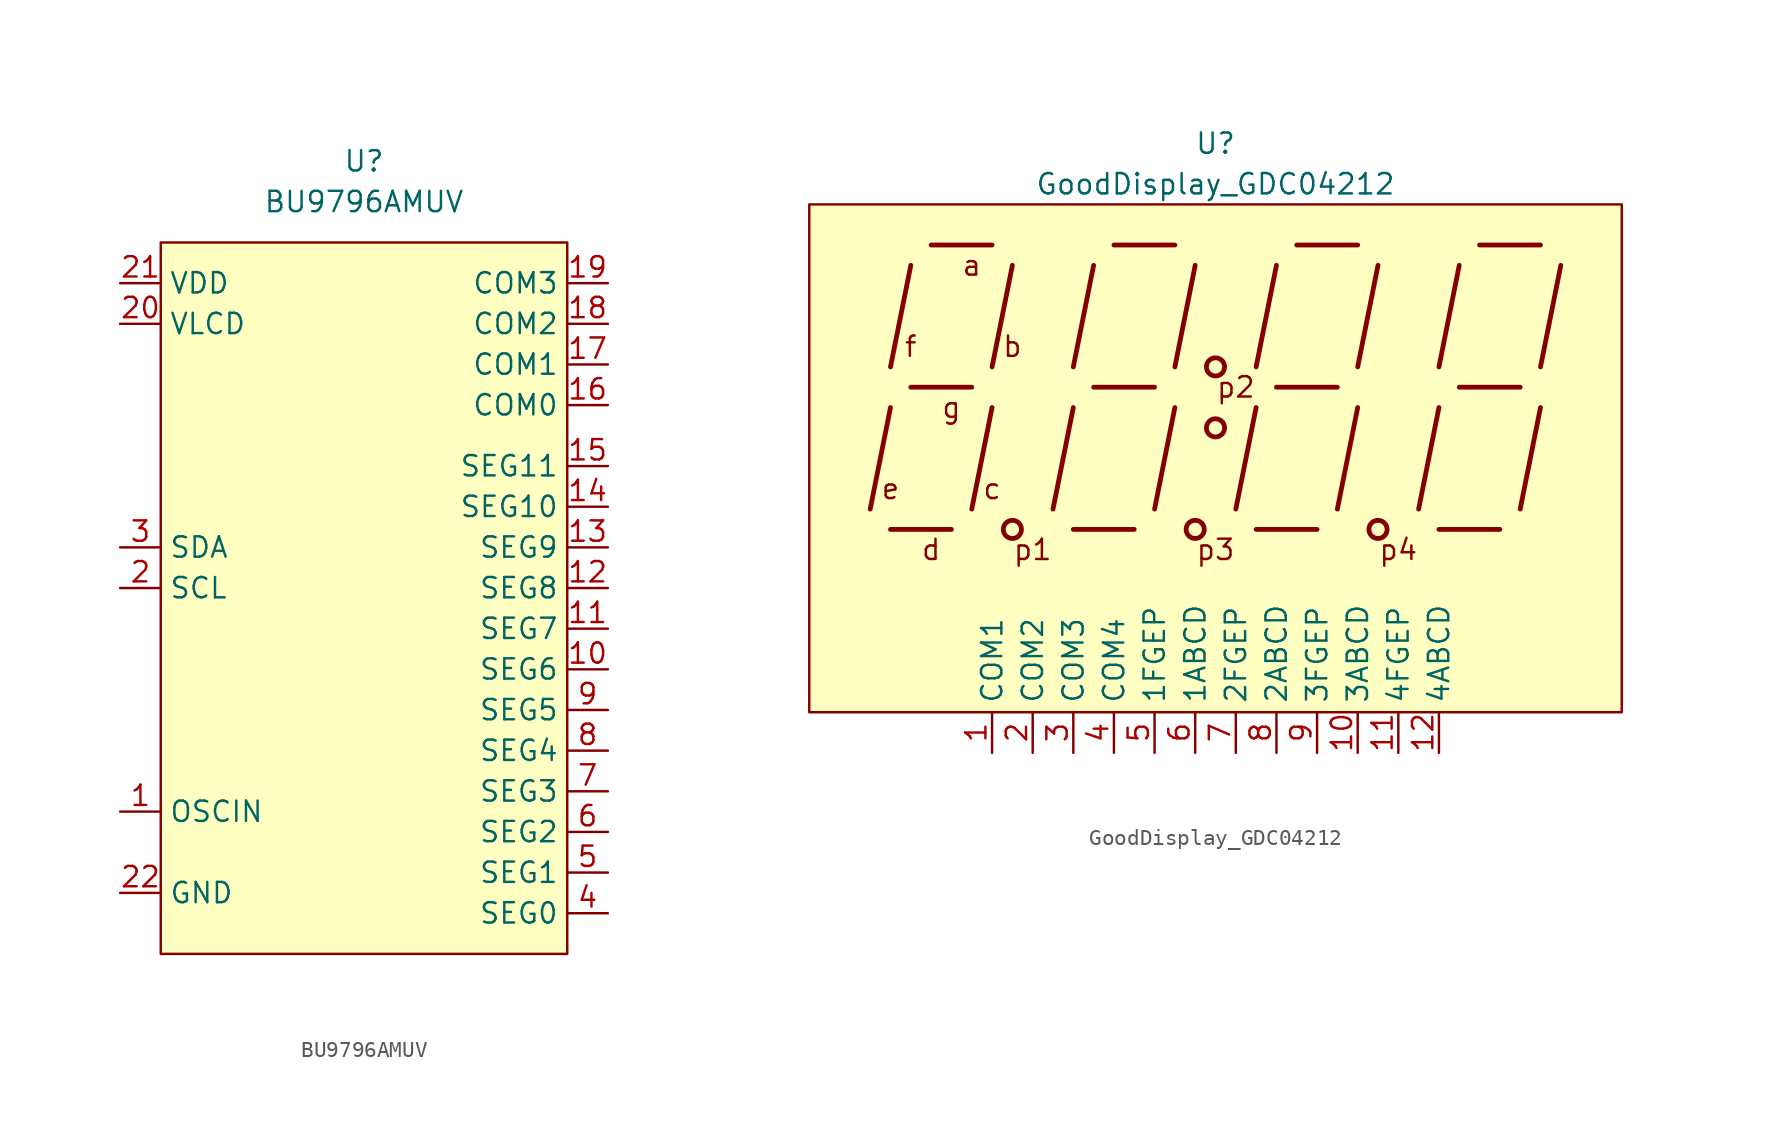
<source format=kicad_sym>
(kicad_symbol_lib
  (version 20211014)
  (generator kicad_symbol_editor)
  (symbol "BU9796AMUV"
    (property "Reference" "U"
      (at 0 2.54 0)
      (effects (font (size 1.27 1.27))))
    (property "Value" "BU9796AMUV"
      (at 0 0 0)
      (effects (font (size 1.27 1.27))))
    (symbol "BU9796AMUV_0_1"
      (rectangle (start -12.7 -2.54) (end 12.7 -46.99) (stroke (width 0) (type default) (color 0 0 0 0)) (fill (type background))))
    (symbol "BU9796AMUV_1_1"
      (pin input line (at -15.24 -38.1 0) (length 2.54) (name "OSCIN" (effects (font (size 1.27 1.27)))) (number "1" (effects (font (size 1.27 1.27)))))
      (pin output line (at 15.24 -29.21 180) (length 2.54) (name "SEG6" (effects (font (size 1.27 1.27)))) (number "10" (effects (font (size 1.27 1.27)))))
      (pin output line (at 15.24 -26.67 180) (length 2.54) (name "SEG7" (effects (font (size 1.27 1.27)))) (number "11" (effects (font (size 1.27 1.27)))))
      (pin output line (at 15.24 -24.13 180) (length 2.54) (name "SEG8" (effects (font (size 1.27 1.27)))) (number "12" (effects (font (size 1.27 1.27)))))
      (pin output line (at 15.24 -21.59 180) (length 2.54) (name "SEG9" (effects (font (size 1.27 1.27)))) (number "13" (effects (font (size 1.27 1.27)))))
      (pin output line (at 15.24 -19.05 180) (length 2.54) (name "SEG10" (effects (font (size 1.27 1.27)))) (number "14" (effects (font (size 1.27 1.27)))))
      (pin output line (at 15.24 -16.51 180) (length 2.54) (name "SEG11" (effects (font (size 1.27 1.27)))) (number "15" (effects (font (size 1.27 1.27)))))
      (pin output line (at 15.24 -12.7 180) (length 2.54) (name "COM0" (effects (font (size 1.27 1.27)))) (number "16" (effects (font (size 1.27 1.27)))))
      (pin output line (at 15.24 -10.16 180) (length 2.54) (name "COM1" (effects (font (size 1.27 1.27)))) (number "17" (effects (font (size 1.27 1.27)))))
      (pin output line (at 15.24 -7.62 180) (length 2.54) (name "COM2" (effects (font (size 1.27 1.27)))) (number "18" (effects (font (size 1.27 1.27)))))
      (pin output line (at 15.24 -5.08 180) (length 2.54) (name "COM3" (effects (font (size 1.27 1.27)))) (number "19" (effects (font (size 1.27 1.27)))))
      (pin bidirectional line (at -15.24 -24.13 0) (length 2.54) (name "SCL" (effects (font (size 1.27 1.27)))) (number "2" (effects (font (size 1.27 1.27)))))
      (pin input line (at -15.24 -7.62 0) (length 2.54) (name "VLCD" (effects (font (size 1.27 1.27)))) (number "20" (effects (font (size 1.27 1.27)))))
      (pin input line (at -15.24 -5.08 0) (length 2.54) (name "VDD" (effects (font (size 1.27 1.27)))) (number "21" (effects (font (size 1.27 1.27)))))
      (pin input line (at -15.24 -43.18 0) (length 2.54) (name "GND" (effects (font (size 1.27 1.27)))) (number "22" (effects (font (size 1.27 1.27)))))
      (pin input line (at -15.24 -43.18 0) (length 2.54) hide (name "TEST1" (effects (font (size 1.27 1.27)))) (number "23" (effects (font (size 1.27 1.27)))))
      (pin input line (at -15.24 -43.18 0) (length 2.54) hide (name "TEST2" (effects (font (size 1.27 1.27)))) (number "24" (effects (font (size 1.27 1.27)))))
      (pin input line (at -15.24 -43.18 0) (length 2.54) hide (name "EXT-PAD" (effects (font (size 1.27 1.27)))) (number "25" (effects (font (size 1.27 1.27)))))
      (pin bidirectional line (at -15.24 -21.59 0) (length 2.54) (name "SDA" (effects (font (size 1.27 1.27)))) (number "3" (effects (font (size 1.27 1.27)))))
      (pin output line (at 15.24 -44.45 180) (length 2.54) (name "SEG0" (effects (font (size 1.27 1.27)))) (number "4" (effects (font (size 1.27 1.27)))))
      (pin output line (at 15.24 -41.91 180) (length 2.54) (name "SEG1" (effects (font (size 1.27 1.27)))) (number "5" (effects (font (size 1.27 1.27)))))
      (pin output line (at 15.24 -39.37 180) (length 2.54) (name "SEG2" (effects (font (size 1.27 1.27)))) (number "6" (effects (font (size 1.27 1.27)))))
      (pin output line (at 15.24 -36.83 180) (length 2.54) (name "SEG3" (effects (font (size 1.27 1.27)))) (number "7" (effects (font (size 1.27 1.27)))))
      (pin output line (at 15.24 -34.29 180) (length 2.54) (name "SEG4" (effects (font (size 1.27 1.27)))) (number "8" (effects (font (size 1.27 1.27)))))
      (pin output line (at 15.24 -31.75 180) (length 2.54) (name "SEG5" (effects (font (size 1.27 1.27)))) (number "9" (effects (font (size 1.27 1.27)))))))
  (symbol "GoodDisplay_GDC04212"
    (property "Reference" "U"
      (at 0 2.54 0)
      (effects (font (size 1.27 1.27))))
    (property "Value" "GoodDisplay_GDC04212"
      (at 0 0 0)
      (effects (font (size 1.27 1.27))))
    (symbol "GoodDisplay_GDC04212_0_0"
      (circle (center -12.7 -21.59) (radius 0.568) (stroke (width 0.3) (type default) (color 0 0 0 0)) (fill (type none)))
      (circle (center -1.27 -21.59) (radius 0.568) (stroke (width 0.3) (type default) (color 0 0 0 0)) (fill (type none)))
      (circle (center 0 -15.24) (radius 0.568) (stroke (width 0.3) (type default) (color 0 0 0 0)) (fill (type none)))
      (circle (center 0 -11.43) (radius 0.568) (stroke (width 0.3) (type default) (color 0 0 0 0)) (fill (type none)))
      (circle (center 10.16 -21.59) (radius 0.568) (stroke (width 0.3) (type default) (color 0 0 0 0)) (fill (type none)))
      (text "a" (at -15.24 -5.08 0) (effects (font (size 1.27 1.27))))
      (text "b" (at -12.7 -10.16 0) (effects (font (size 1.27 1.27))))
      (text "c" (at -13.97 -19.05 0) (effects (font (size 1.27 1.27))))
      (text "d" (at -17.78 -22.86 0) (effects (font (size 1.27 1.27))))
      (text "e" (at -20.32 -19.05 0) (effects (font (size 1.27 1.27))))
      (text "f" (at -19.05 -10.16 0) (effects (font (size 1.27 1.27))))
      (text "g" (at -16.51 -13.97 0) (effects (font (size 1.27 1.27))))
      (text "p1" (at -11.43 -22.86 0) (effects (font (size 1.27 1.27))))
      (text "p2" (at 1.27 -12.7 0) (effects (font (size 1.27 1.27))))
      (text "p3" (at 0 -22.86 0) (effects (font (size 1.27 1.27))))
      (text "p4" (at 11.43 -22.86 0) (effects (font (size 1.27 1.27)))))
    (symbol "GoodDisplay_GDC04212_0_1"
      (rectangle (start -25.4 -1.27) (end 25.4 -33.02) (stroke (width 0) (type default) (color 0 0 0 0)) (fill (type background)))
      (polyline (pts (xy -20.32 -13.97) (xy -21.59 -20.32)) (stroke (width 0.3) (type default) (color 0 0 0 0)) (fill (type none)))
      (polyline (pts (xy -19.05 -5.08) (xy -20.32 -11.43)) (stroke (width 0.3) (type default) (color 0 0 0 0)) (fill (type none)))
      (polyline (pts (xy -16.51 -21.59) (xy -20.32 -21.59)) (stroke (width 0.3) (type default) (color 0 0 0 0)) (fill (type none)))
      (polyline (pts (xy -15.24 -12.7) (xy -19.05 -12.7)) (stroke (width 0.3) (type default) (color 0 0 0 0)) (fill (type none)))
      (polyline (pts (xy -13.97 -13.97) (xy -15.24 -20.32)) (stroke (width 0.3) (type default) (color 0 0 0 0)) (fill (type none)))
      (polyline (pts (xy -13.97 -3.81) (xy -17.78 -3.81)) (stroke (width 0.3) (type default) (color 0 0 0 0)) (fill (type none)))
      (polyline (pts (xy -12.7 -5.08) (xy -13.97 -11.43)) (stroke (width 0.3) (type default) (color 0 0 0 0)) (fill (type none)))
      (polyline (pts (xy -8.89 -13.97) (xy -10.16 -20.32)) (stroke (width 0.3) (type default) (color 0 0 0 0)) (fill (type none)))
      (polyline (pts (xy -7.62 -5.08) (xy -8.89 -11.43)) (stroke (width 0.3) (type default) (color 0 0 0 0)) (fill (type none)))
      (polyline (pts (xy -5.08 -21.59) (xy -8.89 -21.59)) (stroke (width 0.3) (type default) (color 0 0 0 0)) (fill (type none)))
      (polyline (pts (xy -3.81 -12.7) (xy -7.62 -12.7)) (stroke (width 0.3) (type default) (color 0 0 0 0)) (fill (type none)))
      (polyline (pts (xy -2.54 -13.97) (xy -3.81 -20.32)) (stroke (width 0.3) (type default) (color 0 0 0 0)) (fill (type none)))
      (polyline (pts (xy -2.54 -3.81) (xy -6.35 -3.81)) (stroke (width 0.3) (type default) (color 0 0 0 0)) (fill (type none)))
      (polyline (pts (xy -1.27 -5.08) (xy -2.54 -11.43)) (stroke (width 0.3) (type default) (color 0 0 0 0)) (fill (type none)))
      (polyline (pts (xy 2.54 -13.97) (xy 1.27 -20.32)) (stroke (width 0.3) (type default) (color 0 0 0 0)) (fill (type none)))
      (polyline (pts (xy 3.81 -5.08) (xy 2.54 -11.43)) (stroke (width 0.3) (type default) (color 0 0 0 0)) (fill (type none)))
      (polyline (pts (xy 6.35 -21.59) (xy 2.54 -21.59)) (stroke (width 0.3) (type default) (color 0 0 0 0)) (fill (type none)))
      (polyline (pts (xy 7.62 -12.7) (xy 3.81 -12.7)) (stroke (width 0.3) (type default) (color 0 0 0 0)) (fill (type none)))
      (polyline (pts (xy 8.89 -13.97) (xy 7.62 -20.32)) (stroke (width 0.3) (type default) (color 0 0 0 0)) (fill (type none)))
      (polyline (pts (xy 8.89 -3.81) (xy 5.08 -3.81)) (stroke (width 0.3) (type default) (color 0 0 0 0)) (fill (type none)))
      (polyline (pts (xy 10.16 -5.08) (xy 8.89 -11.43)) (stroke (width 0.3) (type default) (color 0 0 0 0)) (fill (type none)))
      (polyline (pts (xy 13.97 -13.97) (xy 12.7 -20.32)) (stroke (width 0.3) (type default) (color 0 0 0 0)) (fill (type none)))
      (polyline (pts (xy 15.24 -5.08) (xy 13.97 -11.43)) (stroke (width 0.3) (type default) (color 0 0 0 0)) (fill (type none)))
      (polyline (pts (xy 17.78 -21.59) (xy 13.97 -21.59)) (stroke (width 0.3) (type default) (color 0 0 0 0)) (fill (type none)))
      (polyline (pts (xy 19.05 -12.7) (xy 15.24 -12.7)) (stroke (width 0.3) (type default) (color 0 0 0 0)) (fill (type none)))
      (polyline (pts (xy 20.32 -13.97) (xy 19.05 -20.32)) (stroke (width 0.3) (type default) (color 0 0 0 0)) (fill (type none)))
      (polyline (pts (xy 20.32 -3.81) (xy 16.51 -3.81)) (stroke (width 0.3) (type default) (color 0 0 0 0)) (fill (type none)))
      (polyline (pts (xy 21.59 -5.08) (xy 20.32 -11.43)) (stroke (width 0.3) (type default) (color 0 0 0 0)) (fill (type none))))
    (symbol "GoodDisplay_GDC04212_1_1"
      (pin input line (at -13.97 -35.56 90) (length 2.54) (name "COM1" (effects (font (size 1.27 1.27)))) (number "1" (effects (font (size 1.27 1.27)))))
      (pin input line (at 8.89 -35.56 90) (length 2.54) (name "3ABCD" (effects (font (size 1.27 1.27)))) (number "10" (effects (font (size 1.27 1.27)))))
      (pin input line (at 11.43 -35.56 90) (length 2.54) (name "4FGEP" (effects (font (size 1.27 1.27)))) (number "11" (effects (font (size 1.27 1.27)))))
      (pin input line (at 13.97 -35.56 90) (length 2.54) (name "4ABCD" (effects (font (size 1.27 1.27)))) (number "12" (effects (font (size 1.27 1.27)))))
      (pin input line (at -11.43 -35.56 90) (length 2.54) (name "COM2" (effects (font (size 1.27 1.27)))) (number "2" (effects (font (size 1.27 1.27)))))
      (pin input line (at -8.89 -35.56 90) (length 2.54) (name "COM3" (effects (font (size 1.27 1.27)))) (number "3" (effects (font (size 1.27 1.27)))))
      (pin input line (at -6.35 -35.56 90) (length 2.54) (name "COM4" (effects (font (size 1.27 1.27)))) (number "4" (effects (font (size 1.27 1.27)))))
      (pin input line (at -3.81 -35.56 90) (length 2.54) (name "1FGEP" (effects (font (size 1.27 1.27)))) (number "5" (effects (font (size 1.27 1.27)))))
      (pin input line (at -1.27 -35.56 90) (length 2.54) (name "1ABCD" (effects (font (size 1.27 1.27)))) (number "6" (effects (font (size 1.27 1.27)))))
      (pin input line (at 1.27 -35.56 90) (length 2.54) (name "2FGEP" (effects (font (size 1.27 1.27)))) (number "7" (effects (font (size 1.27 1.27)))))
      (pin input line (at 3.81 -35.56 90) (length 2.54) (name "2ABCD" (effects (font (size 1.27 1.27)))) (number "8" (effects (font (size 1.27 1.27)))))
      (pin input line (at 6.35 -35.56 90) (length 2.54) (name "3FGEP" (effects (font (size 1.27 1.27)))) (number "9" (effects (font (size 1.27 1.27))))))))
</source>
